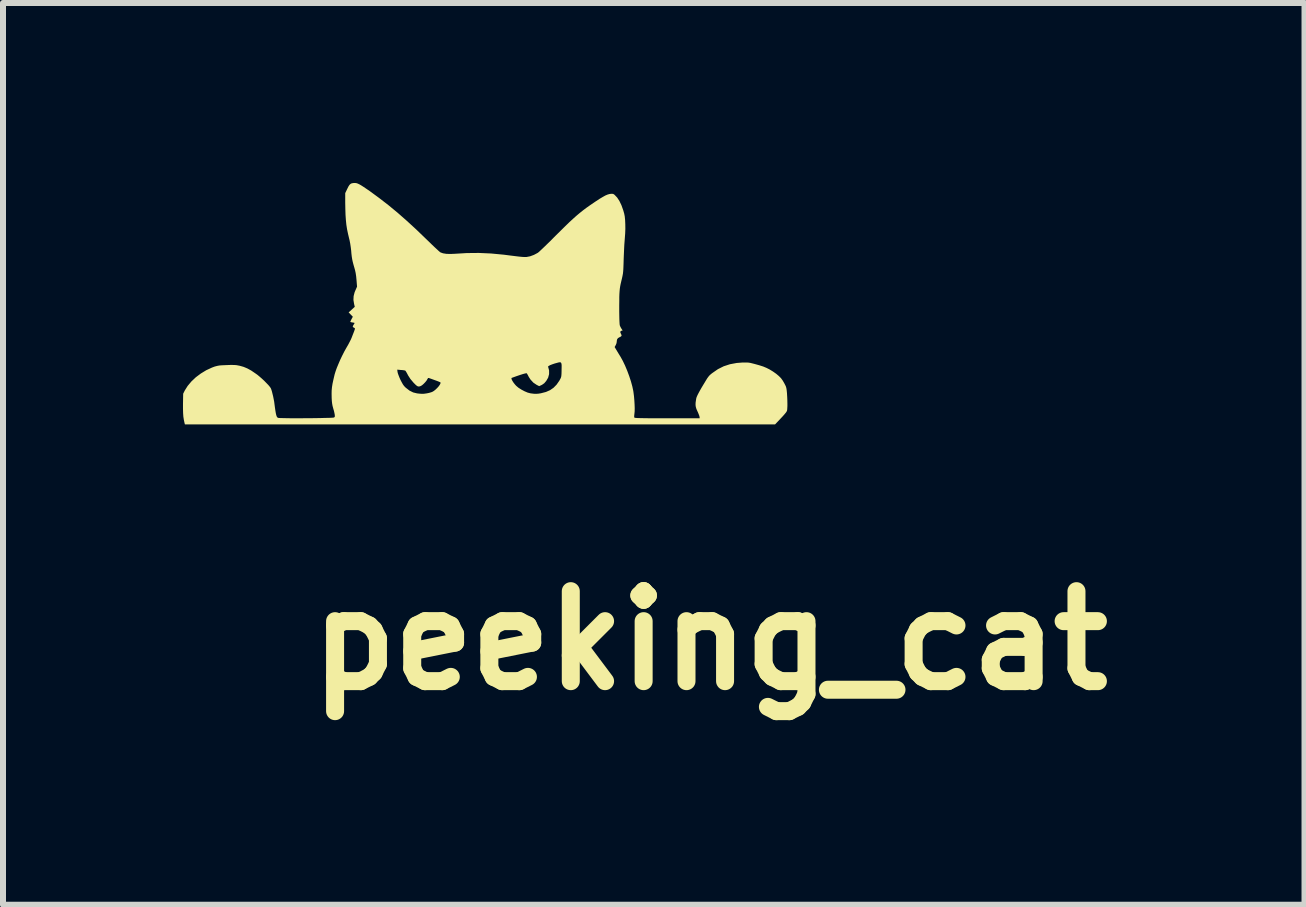
<source format=kicad_pcb>
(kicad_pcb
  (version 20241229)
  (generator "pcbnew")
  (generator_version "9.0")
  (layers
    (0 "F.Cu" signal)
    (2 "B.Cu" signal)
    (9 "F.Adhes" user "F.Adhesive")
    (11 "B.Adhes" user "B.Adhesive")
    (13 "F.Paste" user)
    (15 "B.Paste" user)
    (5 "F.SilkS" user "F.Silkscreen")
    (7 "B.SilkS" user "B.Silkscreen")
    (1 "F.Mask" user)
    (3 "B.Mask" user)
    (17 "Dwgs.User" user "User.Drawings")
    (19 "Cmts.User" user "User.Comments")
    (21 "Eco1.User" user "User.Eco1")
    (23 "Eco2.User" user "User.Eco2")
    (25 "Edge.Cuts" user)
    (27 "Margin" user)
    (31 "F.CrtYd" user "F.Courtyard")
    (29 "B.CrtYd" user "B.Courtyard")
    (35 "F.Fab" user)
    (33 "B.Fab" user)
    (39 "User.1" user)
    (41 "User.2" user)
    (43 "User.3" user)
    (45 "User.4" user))
  (footprint "peeking_cat"
    (layer "F.Cu")
    (at 4.95 4.024)
    (property "Reference" "peeking_cat" (at 3.835 3.601 0) (layer "F.SilkS") (effects (font (size 1.5 1.5) (thickness 0.3))))
    (attr board_only exclude_from_pos_files exclude_from_bom)
    (fp_poly (pts (xy -2.062 -4.022) (xy -2.039 -4.015) (xy -2.013 -4.003) (xy -1.981 -3.985) (xy -1.942 -3.96) (xy -1.893 -3.927) (xy -1.836 -3.888) (xy -1.682 -3.775) (xy -1.529 -3.657) (xy -1.375 -3.53) (xy -1.22 -3.394) (xy -1.06 -3.247) (xy -0.895 -3.088) (xy -0.894 -3.087) (xy -0.844 -3.039) (xy -0.798 -2.994) (xy -0.755 -2.953) (xy -0.718 -2.919) (xy -0.689 -2.892) (xy -0.668 -2.874) (xy -0.658 -2.867) (xy -0.616 -2.852) (xy -0.56 -2.843) (xy -0.493 -2.841) (xy -0.42 -2.844) (xy -0.22 -2.856) (xy -0.019 -2.858) (xy 0.185 -2.849) (xy 0.396 -2.829) (xy 0.505 -2.815) (xy 0.586 -2.805) (xy 0.653 -2.797) (xy 0.705 -2.792) (xy 0.745 -2.79) (xy 0.772 -2.79) (xy 0.835 -2.802) (xy 0.9 -2.826) (xy 0.962 -2.859) (xy 0.966 -2.862) (xy 0.98 -2.873) (xy 1.004 -2.895) (xy 1.037 -2.926) (xy 1.077 -2.964) (xy 1.123 -3.009) (xy 1.174 -3.058) (xy 1.227 -3.112) (xy 1.263 -3.148) (xy 1.348 -3.232) (xy 1.423 -3.306) (xy 1.49 -3.371) (xy 1.552 -3.428) (xy 1.609 -3.479) (xy 1.664 -3.525) (xy 1.719 -3.569) (xy 1.775 -3.611) (xy 1.833 -3.652) (xy 1.896 -3.695) (xy 1.936 -3.722) (xy 1.997 -3.762) (xy 2.048 -3.792) (xy 2.089 -3.815) (xy 2.124 -3.83) (xy 2.154 -3.839) (xy 2.177 -3.843) (xy 2.204 -3.844) (xy 2.222 -3.841) (xy 2.239 -3.83) (xy 2.245 -3.825) (xy 2.286 -3.782) (xy 2.324 -3.724) (xy 2.358 -3.653) (xy 2.388 -3.569) (xy 2.404 -3.513) (xy 2.413 -3.467) (xy 2.419 -3.407) (xy 2.422 -3.337) (xy 2.423 -3.261) (xy 2.42 -3.182) (xy 2.414 -3.102) (xy 2.413 -3.087) (xy 2.41 -3.049) (xy 2.406 -2.998) (xy 2.403 -2.939) (xy 2.4 -2.873) (xy 2.397 -2.805) (xy 2.395 -2.751) (xy 2.393 -2.681) (xy 2.391 -2.625) (xy 2.389 -2.58) (xy 2.386 -2.544) (xy 2.383 -2.515) (xy 2.378 -2.488) (xy 2.373 -2.463) (xy 2.367 -2.436) (xy 2.355 -2.386) (xy 2.345 -2.343) (xy 2.337 -2.303) (xy 2.331 -2.264) (xy 2.327 -2.222) (xy 2.324 -2.176) (xy 2.322 -2.123) (xy 2.322 -2.059) (xy 2.321 -1.983) (xy 2.321 -1.948) (xy 2.321 -1.878) (xy 2.322 -1.814) (xy 2.323 -1.758) (xy 2.325 -1.712) (xy 2.327 -1.678) (xy 2.329 -1.658) (xy 2.329 -1.655) (xy 2.34 -1.628) (xy 2.355 -1.6) (xy 2.358 -1.596) (xy 2.378 -1.566) (xy 2.358 -1.561) (xy 2.342 -1.552) (xy 2.339 -1.534) (xy 2.35 -1.509) (xy 2.36 -1.488) (xy 2.358 -1.474) (xy 2.344 -1.462) (xy 2.329 -1.455) (xy 2.301 -1.439) (xy 2.286 -1.419) (xy 2.28 -1.391) (xy 2.28 -1.382) (xy 2.276 -1.355) (xy 2.265 -1.327) (xy 2.262 -1.321) (xy 2.244 -1.29) (xy 2.261 -1.262) (xy 2.271 -1.245) (xy 2.288 -1.217) (xy 2.309 -1.182) (xy 2.333 -1.143) (xy 2.343 -1.127) (xy 2.38 -1.06) (xy 2.418 -0.981) (xy 2.454 -0.895) (xy 2.487 -0.806) (xy 2.516 -0.718) (xy 2.539 -0.634) (xy 2.555 -0.559) (xy 2.558 -0.54) (xy 2.567 -0.47) (xy 2.573 -0.399) (xy 2.577 -0.331) (xy 2.579 -0.269) (xy 2.578 -0.217) (xy 2.575 -0.186) (xy 2.571 -0.15) (xy 2.57 -0.126) (xy 2.574 -0.113) (xy 2.575 -0.112) (xy 2.583 -0.11) (xy 2.602 -0.108) (xy 2.632 -0.106) (xy 2.676 -0.105) (xy 2.732 -0.104) (xy 2.802 -0.103) (xy 2.887 -0.103) (xy 2.987 -0.103) (xy 3.102 -0.102) (xy 3.123 -0.102) (xy 3.662 -0.102) (xy 3.66 -0.125) (xy 3.656 -0.142) (xy 3.646 -0.169) (xy 3.633 -0.201) (xy 3.625 -0.218) (xy 3.607 -0.259) (xy 3.597 -0.293) (xy 3.593 -0.325) (xy 3.594 -0.363) (xy 3.601 -0.41) (xy 3.601 -0.41) (xy 3.604 -0.43) (xy 3.609 -0.449) (xy 3.617 -0.469) (xy 3.628 -0.493) (xy 3.643 -0.522) (xy 3.663 -0.559) (xy 3.689 -0.605) (xy 3.723 -0.662) (xy 3.739 -0.688) (xy 3.766 -0.733) (xy 3.787 -0.767) (xy 3.805 -0.792) (xy 3.822 -0.813) (xy 3.841 -0.831) (xy 3.864 -0.85) (xy 3.875 -0.858) (xy 3.966 -0.921) (xy 4.062 -0.969) (xy 4.166 -1.003) (xy 4.278 -1.024) (xy 4.367 -1.031) (xy 4.412 -1.032) (xy 4.447 -1.032) (xy 4.477 -1.03) (xy 4.508 -1.025) (xy 4.544 -1.016) (xy 4.576 -1.008) (xy 4.655 -0.986) (xy 4.721 -0.965) (xy 4.778 -0.941) (xy 4.829 -0.915) (xy 4.878 -0.885) (xy 4.88 -0.884) (xy 4.937 -0.844) (xy 4.981 -0.807) (xy 5.017 -0.771) (xy 5.046 -0.731) (xy 5.071 -0.688) (xy 5.086 -0.659) (xy 5.097 -0.637) (xy 5.104 -0.615) (xy 5.109 -0.592) (xy 5.113 -0.562) (xy 5.117 -0.521) (xy 5.118 -0.503) (xy 5.121 -0.452) (xy 5.123 -0.398) (xy 5.124 -0.347) (xy 5.124 -0.307) (xy 5.122 -0.269) (xy 5.12 -0.243) (xy 5.116 -0.225) (xy 5.108 -0.21) (xy 5.096 -0.193) (xy 5.088 -0.184) (xy 5.069 -0.161) (xy 5.042 -0.131) (xy 5.011 -0.098) (xy 4.987 -0.072) (xy 4.918 0) (xy 0 0) (xy -4.918 0) (xy -4.926 -0.031) (xy -4.936 -0.078) (xy -4.944 -0.13) (xy -4.948 -0.188) (xy -4.95 -0.256) (xy -4.95 -0.337) (xy -4.95 -0.348) (xy -4.947 -0.512) (xy -4.92 -0.566) (xy -4.872 -0.642) (xy -4.81 -0.716) (xy -4.736 -0.786) (xy -4.653 -0.848) (xy -4.563 -0.903) (xy -4.468 -0.947) (xy -4.423 -0.964) (xy -4.397 -0.971) (xy -4.372 -0.977) (xy -4.344 -0.982) (xy -4.31 -0.985) (xy -4.266 -0.987) (xy -4.22 -0.989) (xy -4.165 -0.991) (xy -4.123 -0.991) (xy -4.089 -0.99) (xy -4.06 -0.988) (xy -4.033 -0.983) (xy -4.002 -0.977) (xy -4.002 -0.977) (xy -3.939 -0.959) (xy -3.877 -0.933) (xy -3.813 -0.898) (xy -3.744 -0.851) (xy -3.71 -0.827) (xy -3.675 -0.798) (xy -3.637 -0.765) (xy -3.597 -0.728) (xy -3.56 -0.69) (xy -3.527 -0.656) (xy -3.502 -0.626) (xy -3.486 -0.603) (xy -3.486 -0.602) (xy -3.478 -0.582) (xy -3.468 -0.55) (xy -3.458 -0.51) (xy -3.447 -0.465) (xy -3.438 -0.419) (xy -3.43 -0.377) (xy -3.427 -0.353) (xy -3.418 -0.284) (xy -3.41 -0.23) (xy -3.403 -0.188) (xy -3.396 -0.157) (xy -3.389 -0.136) (xy -3.382 -0.122) (xy -3.373 -0.114) (xy -3.363 -0.109) (xy -3.362 -0.109) (xy -3.348 -0.107) (xy -3.32 -0.106) (xy -3.279 -0.105) (xy -3.228 -0.104) (xy -3.168 -0.103) (xy -3.101 -0.103) (xy -3.029 -0.103) (xy -2.954 -0.103) (xy -2.877 -0.104) (xy -2.801 -0.104) (xy -2.728 -0.105) (xy -2.659 -0.106) (xy -2.595 -0.108) (xy -2.54 -0.109) (xy -2.494 -0.11) (xy -2.46 -0.112) (xy -2.439 -0.114) (xy -2.434 -0.115) (xy -2.423 -0.123) (xy -2.419 -0.134) (xy -2.42 -0.155) (xy -2.421 -0.164) (xy -2.426 -0.19) (xy -2.434 -0.226) (xy -2.445 -0.263) (xy -2.447 -0.271) (xy -2.457 -0.308) (xy -2.464 -0.346) (xy -2.469 -0.389) (xy -2.472 -0.443) (xy -2.472 -0.455) (xy -2.473 -0.512) (xy -2.472 -0.565) (xy -2.467 -0.619) (xy -2.458 -0.677) (xy -2.444 -0.742) (xy -2.426 -0.819) (xy -2.422 -0.836) (xy -2.407 -0.884) (xy -2.397 -0.913) (xy -1.379 -0.913) (xy -1.374 -0.873) (xy -1.368 -0.849) (xy -1.356 -0.816) (xy -1.341 -0.778) (xy -1.325 -0.742) (xy -1.303 -0.7) (xy -1.285 -0.668) (xy -1.267 -0.643) (xy -1.247 -0.621) (xy -1.232 -0.608) (xy -1.174 -0.563) (xy -1.113 -0.533) (xy -1.048 -0.517) (xy -1.047 -0.517) (xy -1.001 -0.512) (xy -0.965 -0.51) (xy -0.933 -0.511) (xy -0.898 -0.516) (xy -0.885 -0.518) (xy -0.85 -0.525) (xy -0.816 -0.535) (xy -0.796 -0.542) (xy -0.77 -0.557) (xy -0.741 -0.58) (xy -0.713 -0.607) (xy -0.688 -0.635) (xy -0.669 -0.662) (xy -0.658 -0.685) (xy -0.657 -0.698) (xy -0.665 -0.704) (xy -0.686 -0.713) (xy -0.716 -0.725) (xy -0.75 -0.737) (xy -0.786 -0.75) (xy -0.819 -0.762) (xy -0.831 -0.766) (xy 0.524 -0.766) (xy 0.529 -0.748) (xy 0.542 -0.723) (xy 0.561 -0.694) (xy 0.584 -0.665) (xy 0.603 -0.644) (xy 0.642 -0.611) (xy 0.691 -0.58) (xy 0.744 -0.552) (xy 0.796 -0.53) (xy 0.843 -0.518) (xy 0.851 -0.517) (xy 0.898 -0.511) (xy 0.935 -0.51) (xy 0.97 -0.512) (xy 1.009 -0.518) (xy 1.019 -0.52) (xy 1.1 -0.541) (xy 1.168 -0.571) (xy 1.226 -0.611) (xy 1.277 -0.663) (xy 1.323 -0.729) (xy 1.33 -0.742) (xy 1.341 -0.762) (xy 1.349 -0.78) (xy 1.354 -0.797) (xy 1.357 -0.819) (xy 1.359 -0.849) (xy 1.36 -0.891) (xy 1.36 -0.902) (xy 1.361 -0.954) (xy 1.361 -0.991) (xy 1.357 -1.016) (xy 1.35 -1.03) (xy 1.338 -1.036) (xy 1.319 -1.035) (xy 1.294 -1.029) (xy 1.292 -1.028) (xy 1.247 -1.016) (xy 1.206 -1.002) (xy 1.172 -0.989) (xy 1.148 -0.976) (xy 1.136 -0.967) (xy 1.135 -0.963) (xy 1.152 -0.9) (xy 1.152 -0.838) (xy 1.136 -0.779) (xy 1.104 -0.724) (xy 1.103 -0.723) (xy 1.071 -0.686) (xy 1.037 -0.662) (xy 1.028 -0.657) (xy 0.987 -0.638) (xy 0.945 -0.659) (xy 0.89 -0.696) (xy 0.842 -0.748) (xy 0.814 -0.791) (xy 0.8 -0.818) (xy 0.788 -0.839) (xy 0.781 -0.851) (xy 0.772 -0.853) (xy 0.751 -0.849) (xy 0.717 -0.84) (xy 0.67 -0.825) (xy 0.608 -0.804) (xy 0.533 -0.777) (xy 0.527 -0.775) (xy 0.524 -0.766) (xy -0.831 -0.766) (xy -0.842 -0.77) (xy -0.853 -0.774) (xy -0.864 -0.774) (xy -0.874 -0.759) (xy -0.877 -0.754) (xy -0.89 -0.731) (xy -0.912 -0.704) (xy -0.938 -0.677) (xy -0.963 -0.655) (xy -0.985 -0.641) (xy -0.987 -0.64) (xy -1.009 -0.633) (xy -1.028 -0.632) (xy -1.046 -0.639) (xy -1.068 -0.656) (xy -1.095 -0.683) (xy -1.108 -0.696) (xy -1.16 -0.758) (xy -1.2 -0.82) (xy -1.203 -0.827) (xy -1.219 -0.857) (xy -1.233 -0.881) (xy -1.243 -0.895) (xy -1.245 -0.897) (xy -1.256 -0.9) (xy -1.279 -0.904) (xy -1.309 -0.907) (xy -1.316 -0.907) (xy -1.379 -0.913) (xy -2.397 -0.913) (xy -2.386 -0.943) (xy -2.359 -1.008) (xy -2.329 -1.078) (xy -2.296 -1.147) (xy -2.262 -1.214) (xy -2.229 -1.273) (xy -2.221 -1.287) (xy -2.196 -1.33) (xy -2.173 -1.374) (xy -2.152 -1.415) (xy -2.138 -1.448) (xy -2.137 -1.45) (xy -2.123 -1.487) (xy -2.108 -1.525) (xy -2.096 -1.556) (xy -2.096 -1.557) (xy -2.086 -1.585) (xy -2.085 -1.601) (xy -2.087 -1.605) (xy -2.1 -1.612) (xy -2.111 -1.618) (xy -2.119 -1.626) (xy -2.12 -1.635) (xy -2.113 -1.65) (xy -2.108 -1.658) (xy -2.097 -1.677) (xy -2.09 -1.689) (xy -2.09 -1.691) (xy -2.097 -1.694) (xy -2.115 -1.698) (xy -2.123 -1.699) (xy -2.145 -1.703) (xy -2.159 -1.707) (xy -2.161 -1.708) (xy -2.159 -1.717) (xy -2.151 -1.735) (xy -2.142 -1.753) (xy -2.119 -1.795) (xy -2.154 -1.831) (xy -2.189 -1.867) (xy -2.138 -1.913) (xy -2.087 -1.96) (xy -2.098 -2.007) (xy -2.109 -2.074) (xy -2.106 -2.138) (xy -2.09 -2.201) (xy -2.079 -2.228) (xy -2.049 -2.296) (xy -2.058 -2.409) (xy -2.064 -2.471) (xy -2.072 -2.524) (xy -2.083 -2.574) (xy -2.094 -2.613) (xy -2.109 -2.665) (xy -2.121 -2.711) (xy -2.13 -2.753) (xy -2.137 -2.797) (xy -2.143 -2.849) (xy -2.147 -2.899) (xy -2.154 -2.955) (xy -2.163 -3.015) (xy -2.174 -3.071) (xy -2.18 -3.095) (xy -2.199 -3.175) (xy -2.215 -3.251) (xy -2.227 -3.327) (xy -2.235 -3.407) (xy -2.241 -3.493) (xy -2.244 -3.589) (xy -2.246 -3.697) (xy -2.246 -3.705) (xy -2.246 -3.855) (xy -2.214 -3.922) (xy -2.194 -3.963) (xy -2.176 -3.991) (xy -2.157 -4.009) (xy -2.136 -4.019) (xy -2.109 -4.023) (xy -2.104 -4.024) (xy -2.083 -4.024)) (stroke (width 0) (type solid)) (fill yes) (layer "F.SilkS")))
  (gr_rect
    (start -3 -3)
    (end 18.693 12.03)
    (stroke (width 0.1) (type default))
    (fill no)
    (layer "Edge.Cuts")))
</source>
